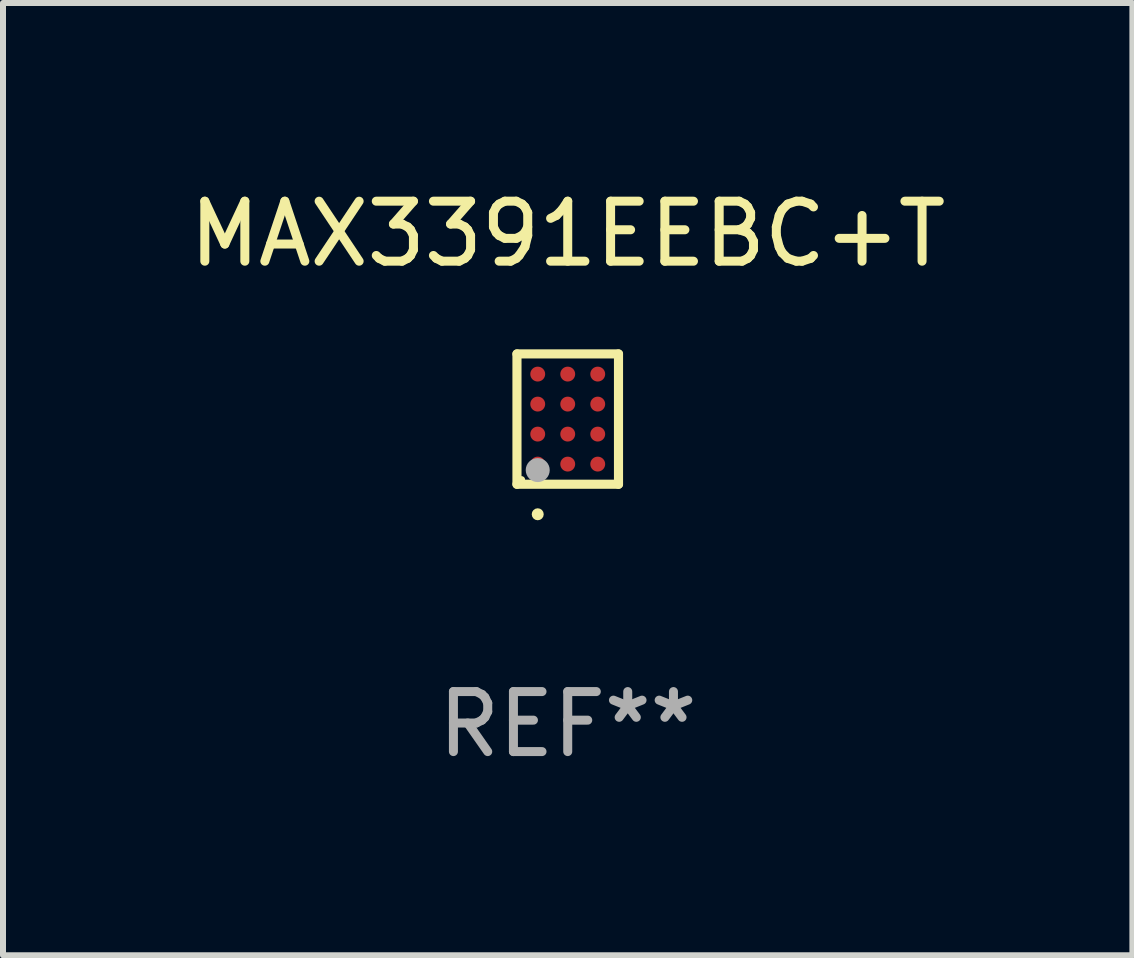
<source format=kicad_pcb>
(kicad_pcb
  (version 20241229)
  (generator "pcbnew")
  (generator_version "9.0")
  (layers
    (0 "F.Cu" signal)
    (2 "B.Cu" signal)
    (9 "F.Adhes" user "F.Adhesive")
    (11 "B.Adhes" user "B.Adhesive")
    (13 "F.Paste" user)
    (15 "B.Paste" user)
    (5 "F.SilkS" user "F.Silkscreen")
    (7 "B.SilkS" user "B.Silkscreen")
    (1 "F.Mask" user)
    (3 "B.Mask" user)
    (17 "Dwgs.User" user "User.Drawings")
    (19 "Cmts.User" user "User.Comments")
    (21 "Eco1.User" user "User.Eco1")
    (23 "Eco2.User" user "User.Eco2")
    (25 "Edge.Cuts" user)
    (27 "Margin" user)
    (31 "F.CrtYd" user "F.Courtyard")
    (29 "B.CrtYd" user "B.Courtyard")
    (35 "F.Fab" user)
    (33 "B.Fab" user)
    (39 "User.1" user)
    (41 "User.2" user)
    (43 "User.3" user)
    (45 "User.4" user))
  (footprint "MAX3391EEBC+T"
    (layer "F.Cu")
    (at 6.411 3.934)
    (property "Reference" "MAX3391EEBC+T" (at 0 -3.086 0) (layer "F.SilkS") (effects (font (size 1 1) (thickness 0.15))))
    (attr through_hole)
    (fp_line (start -0.846 -1.086) (end 0.846 -1.086) (stroke (width 0.152) (type solid)) (layer "F.SilkS"))
    (fp_line (start -0.846 1.086) (end -0.846 -1.086) (stroke (width 0.152) (type solid)) (layer "F.SilkS"))
    (fp_line (start 0.846 -1.086) (end 0.846 1.086) (stroke (width 0.152) (type solid)) (layer "F.SilkS"))
    (fp_line (start 0.846 1.086) (end -0.846 1.086) (stroke (width 0.152) (type solid)) (layer "F.SilkS"))
    (fp_circle (center -0.77 1.01) (end -0.74 1.01) (stroke (width 0.06) (type solid)) (fill no) (layer "F.SilkS"))
    (fp_circle (center -0.5 1.586) (end -0.45 1.586) (stroke (width 0.1) (type solid)) (fill no) (layer "F.SilkS"))
    (fp_circle (center -0.5 0.85) (end -0.4 0.85) (stroke (width 0.2) (type solid)) (fill no) (layer "F.Fab"))
    (fp_text user "REF**" (at 0 5.086 0) (layer "F.Fab") (effects (font (size 1 1) (thickness 0.15))))
    (pad "A1" smd circle (at -0.5 0.75) (size 0.248 0.248) (layers "F.Cu" "F.Mask" "F.Paste"))
    (pad "A2" smd circle (at -0.5 0.25) (size 0.248 0.248) (layers "F.Cu" "F.Mask" "F.Paste"))
    (pad "A3" smd circle (at -0.5 -0.25) (size 0.248 0.248) (layers "F.Cu" "F.Mask" "F.Paste"))
    (pad "A4" smd circle (at -0.5 -0.75) (size 0.248 0.248) (layers "F.Cu" "F.Mask" "F.Paste"))
    (pad "B1" smd circle (at 0 0.75) (size 0.248 0.248) (layers "F.Cu" "F.Mask" "F.Paste"))
    (pad "B2" smd circle (at 0 0.25) (size 0.248 0.248) (layers "F.Cu" "F.Mask" "F.Paste"))
    (pad "B3" smd circle (at 0 -0.25) (size 0.248 0.248) (layers "F.Cu" "F.Mask" "F.Paste"))
    (pad "B4" smd circle (at 0 -0.75) (size 0.248 0.248) (layers "F.Cu" "F.Mask" "F.Paste"))
    (pad "C1" smd circle (at 0.5 0.75) (size 0.248 0.248) (layers "F.Cu" "F.Mask" "F.Paste"))
    (pad "C2" smd circle (at 0.5 0.25) (size 0.248 0.248) (layers "F.Cu" "F.Mask" "F.Paste"))
    (pad "C3" smd circle (at 0.5 -0.25) (size 0.248 0.248) (layers "F.Cu" "F.Mask" "F.Paste"))
    (pad "C4" smd circle (at 0.5 -0.75) (size 0.248 0.248) (layers "F.Cu" "F.Mask" "F.Paste")))
  (gr_rect
    (start -3 -3)
    (end 15.821 12.869)
    (stroke (width 0.1) (type default))
    (fill no)
    (layer "Edge.Cuts")))
</source>
